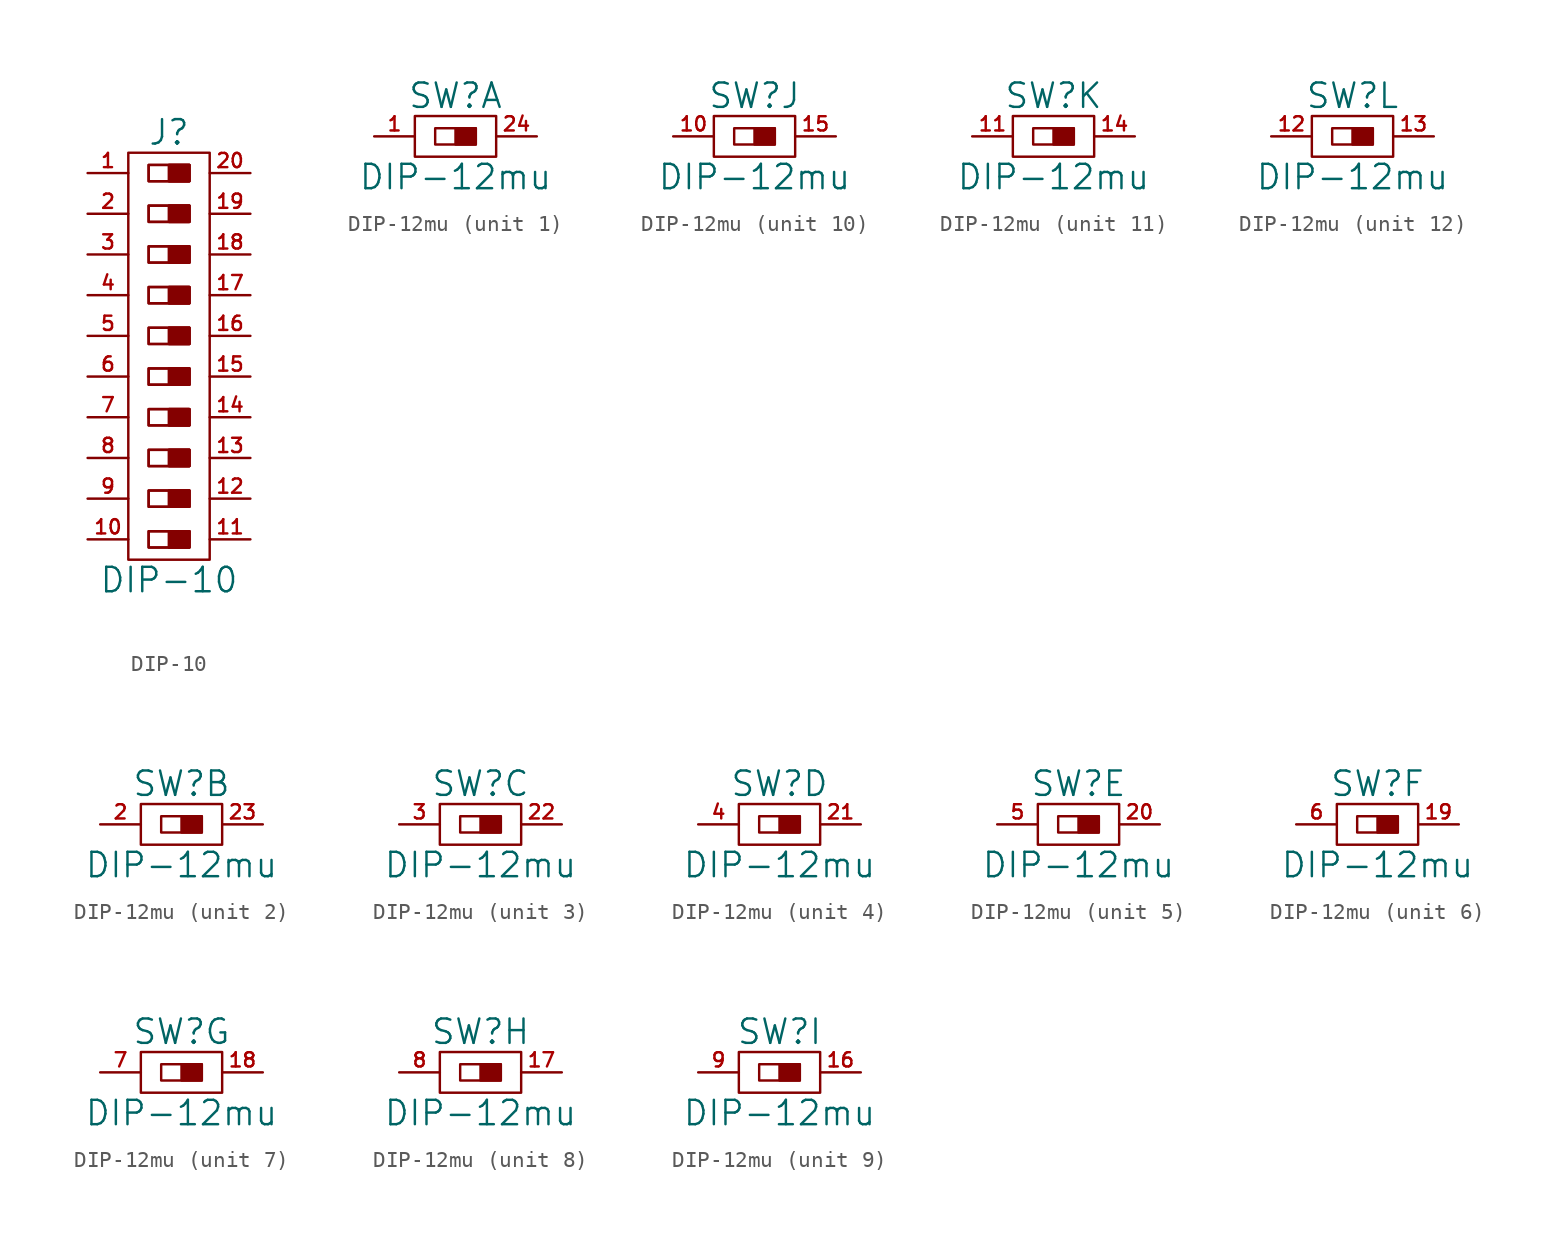
<source format=kicad_sym>
(kicad_symbol_lib
  (version 20220914)
  (generator kicad_symbol_editor)
  (symbol "DIP-10"
    (pin_names
      (offset 0))
    (property "Reference" "J"
      (at 0 13.97 0)
      (effects (font (size 1.524 1.524))))
    (property "Value" "DIP-10"
      (at 0 -13.97 0)
      (effects (font (size 1.524 1.524))))
    (property "Footprint" ""
      (at 0 7.62 0)
      (effects (font (size 1.524 1.524))))
    (property "Datasheet" ""
      (at 0 0 0)
      (effects (font (size 1.524 1.524))))
    (symbol "DIP-10_0_1"
      (rectangle (start -1.27 -10.922) (end 1.27 -11.938) (stroke (width 0) (type solid)) (fill (type none)))
      (rectangle (start -1.27 -10.922) (end 1.27 -11.938) (stroke (width 0) (type solid)) (fill (type none)))
      (rectangle (start -1.27 -8.382) (end 1.27 -9.398) (stroke (width 0) (type solid)) (fill (type none)))
      (rectangle (start -1.27 -8.382) (end 1.27 -9.398) (stroke (width 0) (type solid)) (fill (type none)))
      (rectangle (start -1.27 -5.842) (end 1.27 -6.858) (stroke (width 0) (type solid)) (fill (type none)))
      (rectangle (start -1.27 -5.842) (end 1.27 -6.858) (stroke (width 0) (type solid)) (fill (type none)))
      (rectangle (start -1.27 -3.302) (end 1.27 -4.318) (stroke (width 0) (type solid)) (fill (type none)))
      (rectangle (start -1.27 -3.302) (end 1.27 -4.318) (stroke (width 0) (type solid)) (fill (type none)))
      (rectangle (start -1.27 -0.762) (end 1.27 -1.778) (stroke (width 0) (type solid)) (fill (type none)))
      (rectangle (start -1.27 -0.762) (end 1.27 -1.778) (stroke (width 0) (type solid)) (fill (type none)))
      (rectangle (start -1.27 1.778) (end 1.27 0.762) (stroke (width 0) (type solid)) (fill (type none)))
      (rectangle (start -1.27 1.778) (end 1.27 0.762) (stroke (width 0) (type solid)) (fill (type none)))
      (rectangle (start -1.27 4.318) (end 1.27 3.302) (stroke (width 0) (type solid)) (fill (type none)))
      (rectangle (start -1.27 4.318) (end 1.27 3.302) (stroke (width 0) (type solid)) (fill (type none)))
      (rectangle (start -1.27 6.858) (end 1.27 5.842) (stroke (width 0) (type solid)) (fill (type none)))
      (rectangle (start -1.27 6.858) (end 1.27 5.842) (stroke (width 0) (type solid)) (fill (type none)))
      (rectangle (start -1.27 9.398) (end 1.27 8.382) (stroke (width 0) (type solid)) (fill (type none)))
      (rectangle (start -1.27 9.398) (end 1.27 8.382) (stroke (width 0) (type solid)) (fill (type none)))
      (rectangle (start -1.27 11.938) (end 1.27 10.922) (stroke (width 0) (type solid)) (fill (type none)))
      (rectangle (start -1.27 11.938) (end 1.27 10.922) (stroke (width 0) (type solid)) (fill (type none)))
      (rectangle (start 0 -10.922) (end 1.27 -11.938) (stroke (width 0) (type solid)) (fill (type outline)))
      (rectangle (start 0 -10.922) (end 1.27 -11.938) (stroke (width 0) (type solid)) (fill (type outline)))
      (rectangle (start 0 -8.382) (end 1.27 -9.398) (stroke (width 0) (type solid)) (fill (type outline)))
      (rectangle (start 0 -8.382) (end 1.27 -9.398) (stroke (width 0) (type solid)) (fill (type outline)))
      (rectangle (start 0 -5.842) (end 1.27 -6.858) (stroke (width 0) (type solid)) (fill (type outline)))
      (rectangle (start 0 -5.842) (end 1.27 -6.858) (stroke (width 0) (type solid)) (fill (type outline)))
      (rectangle (start 0 -3.302) (end 1.27 -4.318) (stroke (width 0) (type solid)) (fill (type outline)))
      (rectangle (start 0 -3.302) (end 1.27 -4.318) (stroke (width 0) (type solid)) (fill (type outline)))
      (rectangle (start 0 -0.762) (end 1.27 -1.778) (stroke (width 0) (type solid)) (fill (type outline)))
      (rectangle (start 0 -0.762) (end 1.27 -1.778) (stroke (width 0) (type solid)) (fill (type outline)))
      (rectangle (start 0 1.778) (end 1.27 0.762) (stroke (width 0) (type solid)) (fill (type outline)))
      (rectangle (start 0 1.778) (end 1.27 0.762) (stroke (width 0) (type solid)) (fill (type outline)))
      (rectangle (start 0 4.318) (end 1.27 3.302) (stroke (width 0) (type solid)) (fill (type outline)))
      (rectangle (start 0 4.318) (end 1.27 3.302) (stroke (width 0) (type solid)) (fill (type outline)))
      (rectangle (start 0 6.858) (end 1.27 5.842) (stroke (width 0) (type solid)) (fill (type outline)))
      (rectangle (start 0 6.858) (end 1.27 5.842) (stroke (width 0) (type solid)) (fill (type outline)))
      (rectangle (start 0 9.398) (end 1.27 8.382) (stroke (width 0) (type solid)) (fill (type outline)))
      (rectangle (start 0 9.398) (end 1.27 8.382) (stroke (width 0) (type solid)) (fill (type outline)))
      (rectangle (start 0 11.938) (end 1.27 10.922) (stroke (width 0) (type solid)) (fill (type outline)))
      (rectangle (start 0 11.938) (end 1.27 10.922) (stroke (width 0) (type solid)) (fill (type outline)))
      (rectangle (start 2.54 12.7) (end -2.54 -12.7) (stroke (width 0) (type solid)) (fill (type none))))
    (symbol "DIP-10_1_1"
      (pin passive line (at -5.08 11.43 0) (length 2.54) (name "~" (effects (font (size 1.27 1.27)))) (number "1" (effects (font (size 0.889 0.889)))))
      (pin passive line (at -5.08 -11.43 0) (length 2.54) (name "~" (effects (font (size 1.27 1.27)))) (number "10" (effects (font (size 0.889 0.889)))))
      (pin passive line (at 5.08 -11.43 180) (length 2.54) (name "~" (effects (font (size 1.27 1.27)))) (number "11" (effects (font (size 0.889 0.889)))))
      (pin passive line (at 5.08 -8.89 180) (length 2.54) (name "~" (effects (font (size 1.27 1.27)))) (number "12" (effects (font (size 0.889 0.889)))))
      (pin passive line (at 5.08 -6.35 180) (length 2.54) (name "~" (effects (font (size 1.27 1.27)))) (number "13" (effects (font (size 0.889 0.889)))))
      (pin passive line (at 5.08 -3.81 180) (length 2.54) (name "~" (effects (font (size 1.27 1.27)))) (number "14" (effects (font (size 0.889 0.889)))))
      (pin passive line (at 5.08 -1.27 180) (length 2.54) (name "~" (effects (font (size 1.27 1.27)))) (number "15" (effects (font (size 0.889 0.889)))))
      (pin passive line (at 5.08 1.27 180) (length 2.54) (name "~" (effects (font (size 1.27 1.27)))) (number "16" (effects (font (size 0.889 0.889)))))
      (pin passive line (at 5.08 3.81 180) (length 2.54) (name "~" (effects (font (size 1.27 1.27)))) (number "17" (effects (font (size 0.889 0.889)))))
      (pin passive line (at 5.08 6.35 180) (length 2.54) (name "~" (effects (font (size 1.27 1.27)))) (number "18" (effects (font (size 0.889 0.889)))))
      (pin passive line (at 5.08 8.89 180) (length 2.54) (name "~" (effects (font (size 1.27 1.27)))) (number "19" (effects (font (size 0.889 0.889)))))
      (pin passive line (at -5.08 8.89 0) (length 2.54) (name "~" (effects (font (size 1.27 1.27)))) (number "2" (effects (font (size 0.889 0.889)))))
      (pin passive line (at 5.08 11.43 180) (length 2.54) (name "~" (effects (font (size 1.27 1.27)))) (number "20" (effects (font (size 0.889 0.889)))))
      (pin passive line (at -5.08 6.35 0) (length 2.54) (name "~" (effects (font (size 1.27 1.27)))) (number "3" (effects (font (size 0.889 0.889)))))
      (pin passive line (at -5.08 3.81 0) (length 2.54) (name "~" (effects (font (size 1.27 1.27)))) (number "4" (effects (font (size 0.889 0.889)))))
      (pin passive line (at -5.08 1.27 0) (length 2.54) (name "~" (effects (font (size 1.27 1.27)))) (number "5" (effects (font (size 0.889 0.889)))))
      (pin passive line (at -5.08 -1.27 0) (length 2.54) (name "~" (effects (font (size 1.27 1.27)))) (number "6" (effects (font (size 0.889 0.889)))))
      (pin passive line (at -5.08 -3.81 0) (length 2.54) (name "~" (effects (font (size 1.27 1.27)))) (number "7" (effects (font (size 0.889 0.889)))))
      (pin passive line (at -5.08 -6.35 0) (length 2.54) (name "~" (effects (font (size 1.27 1.27)))) (number "8" (effects (font (size 0.889 0.889)))))
      (pin passive line (at -5.08 -8.89 0) (length 2.54) (name "~" (effects (font (size 1.27 1.27)))) (number "9" (effects (font (size 0.889 0.889)))))))
  (symbol "DIP-12mu"
    (pin_names
      (offset 0))
    (property "Reference" "SW"
      (at 0 2.54 0)
      (effects (font (size 1.524 1.524))))
    (property "Value" "DIP-12mu"
      (at 0 -2.54 0)
      (effects (font (size 1.524 1.524))))
    (property "Footprint" ""
      (at 0 -1.27 0)
      (effects (font (size 1.524 1.524))))
    (property "Datasheet" ""
      (at 0 0 0)
      (effects (font (size 1.524 1.524))))
    (property "ki_locked" ""
      (at 0 0 0)
      (effects (font (size 1.27 1.27))))
    (symbol "DIP-12mu_0_1"
      (rectangle (start -1.27 0.508) (end 1.27 -0.508) (stroke (width 0) (type solid)) (fill (type none)))
      (rectangle (start 0 0.508) (end 1.27 -0.508) (stroke (width 0) (type solid)) (fill (type outline)))
      (rectangle (start 2.54 1.27) (end -2.54 -1.27) (stroke (width 0) (type solid)) (fill (type none))))
    (symbol "DIP-12mu_1_1"
      (pin passive line (at -5.08 0 0) (length 2.54) (name "~" (effects (font (size 1.27 1.27)))) (number "1" (effects (font (size 0.889 0.889)))))
      (pin passive line (at 5.08 0 180) (length 2.54) (name "~" (effects (font (size 1.27 1.27)))) (number "24" (effects (font (size 0.889 0.889))))))
    (symbol "DIP-12mu_2_1"
      (pin passive line (at -5.08 0 0) (length 2.54) (name "~" (effects (font (size 1.27 1.27)))) (number "2" (effects (font (size 0.889 0.889)))))
      (pin passive line (at 5.08 0 180) (length 2.54) (name "~" (effects (font (size 1.27 1.27)))) (number "23" (effects (font (size 0.889 0.889))))))
    (symbol "DIP-12mu_3_1"
      (pin passive line (at 5.08 0 180) (length 2.54) (name "~" (effects (font (size 1.27 1.27)))) (number "22" (effects (font (size 0.889 0.889)))))
      (pin passive line (at -5.08 0 0) (length 2.54) (name "~" (effects (font (size 1.27 1.27)))) (number "3" (effects (font (size 0.889 0.889))))))
    (symbol "DIP-12mu_4_1"
      (pin passive line (at 5.08 0 180) (length 2.54) (name "~" (effects (font (size 1.27 1.27)))) (number "21" (effects (font (size 0.889 0.889)))))
      (pin passive line (at -5.08 0 0) (length 2.54) (name "~" (effects (font (size 1.27 1.27)))) (number "4" (effects (font (size 0.889 0.889))))))
    (symbol "DIP-12mu_5_1"
      (pin passive line (at 5.08 0 180) (length 2.54) (name "~" (effects (font (size 1.27 1.27)))) (number "20" (effects (font (size 0.889 0.889)))))
      (pin passive line (at -5.08 0 0) (length 2.54) (name "~" (effects (font (size 1.27 1.27)))) (number "5" (effects (font (size 0.889 0.889))))))
    (symbol "DIP-12mu_6_1"
      (pin passive line (at 5.08 0 180) (length 2.54) (name "~" (effects (font (size 1.27 1.27)))) (number "19" (effects (font (size 0.889 0.889)))))
      (pin passive line (at -5.08 0 0) (length 2.54) (name "~" (effects (font (size 1.27 1.27)))) (number "6" (effects (font (size 0.889 0.889))))))
    (symbol "DIP-12mu_7_1"
      (pin passive line (at 5.08 0 180) (length 2.54) (name "~" (effects (font (size 1.27 1.27)))) (number "18" (effects (font (size 0.889 0.889)))))
      (pin passive line (at -5.08 0 0) (length 2.54) (name "~" (effects (font (size 1.27 1.27)))) (number "7" (effects (font (size 0.889 0.889))))))
    (symbol "DIP-12mu_8_1"
      (pin passive line (at 5.08 0 180) (length 2.54) (name "~" (effects (font (size 1.27 1.27)))) (number "17" (effects (font (size 0.889 0.889)))))
      (pin passive line (at -5.08 0 0) (length 2.54) (name "~" (effects (font (size 1.27 1.27)))) (number "8" (effects (font (size 0.889 0.889))))))
    (symbol "DIP-12mu_9_1"
      (pin passive line (at 5.08 0 180) (length 2.54) (name "~" (effects (font (size 1.27 1.27)))) (number "16" (effects (font (size 0.889 0.889)))))
      (pin passive line (at -5.08 0 0) (length 2.54) (name "~" (effects (font (size 1.27 1.27)))) (number "9" (effects (font (size 0.889 0.889))))))
    (symbol "DIP-12mu_10_1"
      (pin passive line (at -5.08 0 0) (length 2.54) (name "~" (effects (font (size 1.27 1.27)))) (number "10" (effects (font (size 0.889 0.889)))))
      (pin passive line (at 5.08 0 180) (length 2.54) (name "~" (effects (font (size 1.27 1.27)))) (number "15" (effects (font (size 0.889 0.889))))))
    (symbol "DIP-12mu_11_1"
      (pin passive line (at -5.08 0 0) (length 2.54) (name "~" (effects (font (size 1.27 1.27)))) (number "11" (effects (font (size 0.889 0.889)))))
      (pin passive line (at 5.08 0 180) (length 2.54) (name "~" (effects (font (size 1.27 1.27)))) (number "14" (effects (font (size 0.889 0.889))))))
    (symbol "DIP-12mu_12_1"
      (pin passive line (at -5.08 0 0) (length 2.54) (name "~" (effects (font (size 1.27 1.27)))) (number "12" (effects (font (size 0.889 0.889)))))
      (pin passive line (at 5.08 0 180) (length 2.54) (name "~" (effects (font (size 1.27 1.27)))) (number "13" (effects (font (size 0.889 0.889))))))))
</source>
